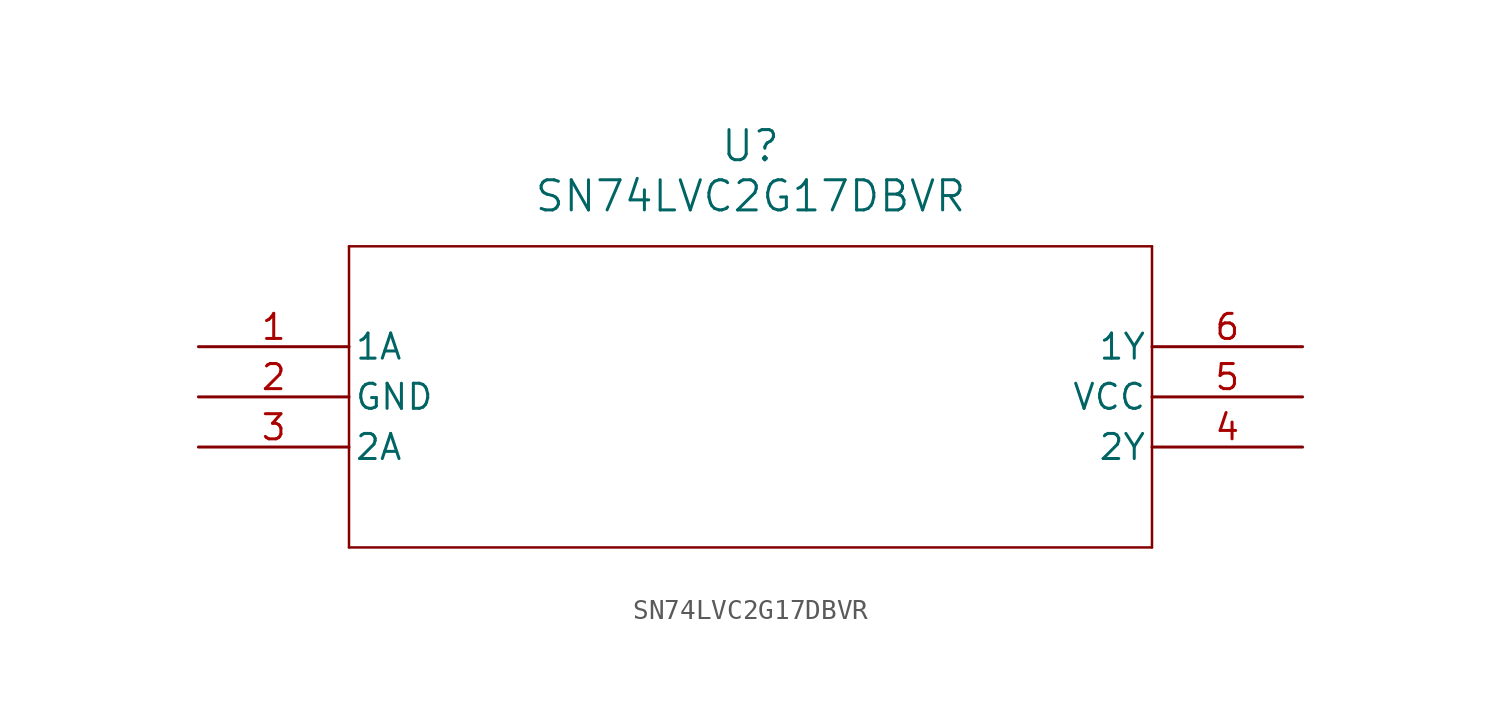
<source format=kicad_sym>
(kicad_symbol_lib
  (version 20211014)
  (generator kicad_symbol_editor)
  (symbol "SN74LVC2G17DBVR"
    (pin_names
      (offset 0.254))
    (property "Reference" "U"
      (at 27.94 10.16 0)
      (effects (font (size 1.524 1.524))))
    (property "Value" "SN74LVC2G17DBVR"
      (at 27.94 7.62 0)
      (effects (font (size 1.524 1.524))))
    (symbol "SN74LVC2G17DBVR_0_1"
      (polyline (pts (xy 7.62 5.08) (xy 7.62 -10.16)) (stroke (width 0.127) (type default) (color 0 0 0 0)) (fill (type none)))
      (polyline (pts (xy 7.62 -10.16) (xy 48.26 -10.16)) (stroke (width 0.127) (type default) (color 0 0 0 0)) (fill (type none)))
      (polyline (pts (xy 48.26 -10.16) (xy 48.26 5.08)) (stroke (width 0.127) (type default) (color 0 0 0 0)) (fill (type none)))
      (polyline (pts (xy 48.26 5.08) (xy 7.62 5.08)) (stroke (width 0.127) (type default) (color 0 0 0 0)) (fill (type none)))
      (pin input line (at 0 0 0) (length 7.62) (name "1A" (effects (font (size 1.27 1.27)))) (number "1" (effects (font (size 1.27 1.27)))))
      (pin power_in line (at 0 -2.54 0) (length 7.62) (name "GND" (effects (font (size 1.27 1.27)))) (number "2" (effects (font (size 1.27 1.27)))))
      (pin input line (at 0 -5.08 0) (length 7.62) (name "2A" (effects (font (size 1.27 1.27)))) (number "3" (effects (font (size 1.27 1.27)))))
      (pin output line (at 55.88 -5.08 180) (length 7.62) (name "2Y" (effects (font (size 1.27 1.27)))) (number "4" (effects (font (size 1.27 1.27)))))
      (pin power_in line (at 55.88 -2.54 180) (length 7.62) (name "VCC" (effects (font (size 1.27 1.27)))) (number "5" (effects (font (size 1.27 1.27)))))
      (pin output line (at 55.88 0 180) (length 7.62) (name "1Y" (effects (font (size 1.27 1.27)))) (number "6" (effects (font (size 1.27 1.27))))))))
</source>
